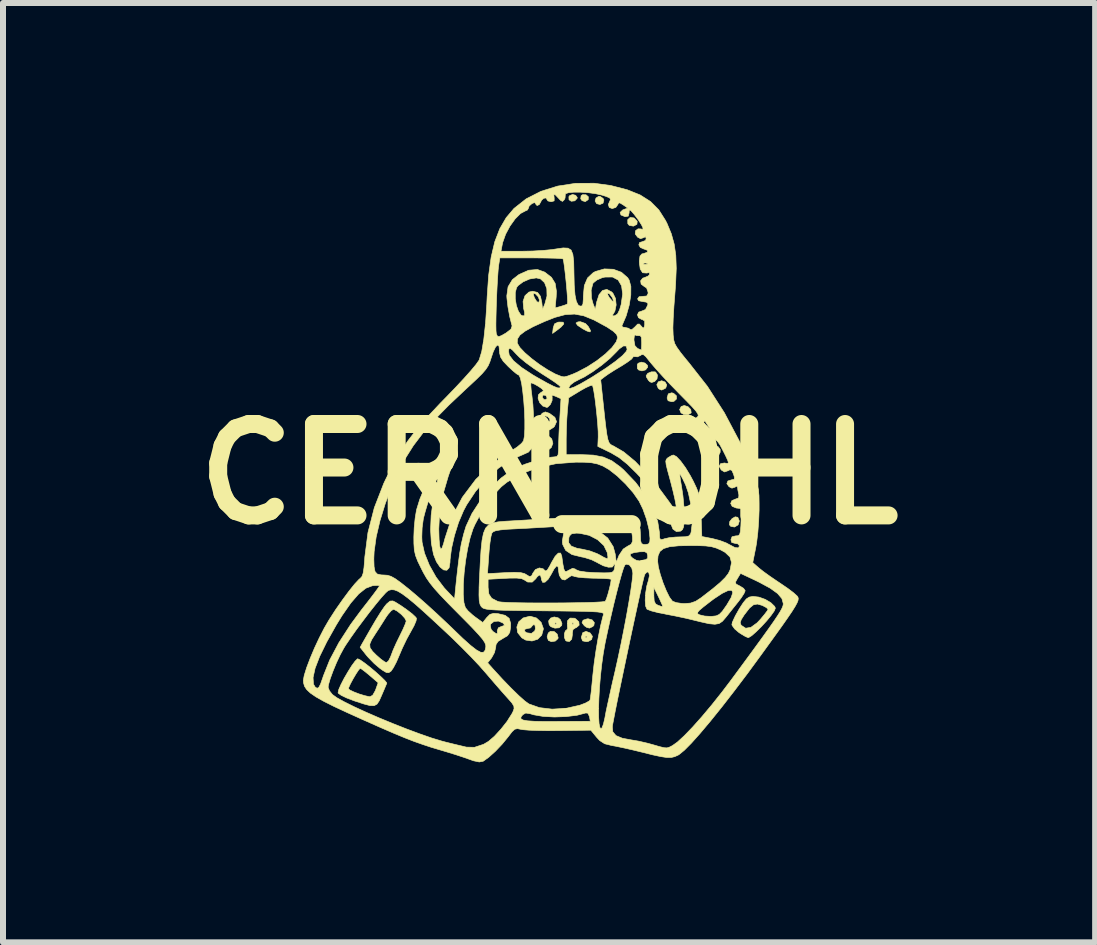
<source format=kicad_pcb>
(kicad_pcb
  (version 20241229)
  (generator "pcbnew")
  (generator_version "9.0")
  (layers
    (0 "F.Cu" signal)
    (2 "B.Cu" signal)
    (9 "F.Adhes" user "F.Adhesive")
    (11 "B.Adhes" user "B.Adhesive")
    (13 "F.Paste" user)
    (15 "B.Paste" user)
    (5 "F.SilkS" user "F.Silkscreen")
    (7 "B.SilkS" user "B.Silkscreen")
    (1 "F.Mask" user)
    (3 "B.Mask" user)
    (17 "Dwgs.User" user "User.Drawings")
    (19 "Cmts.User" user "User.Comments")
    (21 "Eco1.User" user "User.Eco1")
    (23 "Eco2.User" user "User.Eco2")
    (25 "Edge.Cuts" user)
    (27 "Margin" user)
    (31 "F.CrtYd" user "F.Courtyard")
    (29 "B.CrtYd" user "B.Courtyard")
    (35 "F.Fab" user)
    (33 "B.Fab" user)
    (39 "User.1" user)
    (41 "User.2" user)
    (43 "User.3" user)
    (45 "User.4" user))
  (footprint "CERN_OHL"
    (layer "F.Cu")
    (at 6.103 4.853)
    (property "Reference" "CERN_OHL" (at 0 0 0) (layer "F.SilkS") (effects (font (size 1.524 1.524) (thickness 0.3))))
    (attr through_hole)
    (fp_poly (pts (xy 0.616 -4.656) (xy 0.655 -4.623) (xy 0.653 -4.575) (xy 0.604 -4.542) (xy 0.55 -4.558) (xy 0.528 -4.589) (xy 0.535 -4.641) (xy 0.558 -4.657) (xy 0.616 -4.656)) (stroke (width 0.01) (type solid)) (fill yes) (layer "F.SilkS"))
    (fp_poly (pts (xy 0.236 -2.532) (xy 0.247 -2.504) (xy 0.201 -2.452) (xy 0.156 -2.416) (xy 0.059 -2.344) (xy 0.069 -2.434) (xy 0.091 -2.503) (xy 0.147 -2.531) (xy 0.167 -2.534) (xy 0.236 -2.532)) (stroke (width 0.01) (type solid)) (fill yes) (layer "F.SilkS"))
    (fp_poly (pts (xy 0.444 -4.647) (xy 0.47 -4.611) (xy 0.468 -4.596) (xy 0.429 -4.555) (xy 0.371 -4.548) (xy 0.333 -4.573) (xy 0.331 -4.624) (xy 0.344 -4.642) (xy 0.393 -4.661) (xy 0.444 -4.647)) (stroke (width 0.01) (type solid)) (fill yes) (layer "F.SilkS"))
    (fp_poly (pts (xy 0.849 -4.63) (xy 0.901 -4.595) (xy 0.914 -4.568) (xy 0.9 -4.516) (xy 0.849 -4.494) (xy 0.794 -4.508) (xy 0.768 -4.552) (xy 0.783 -4.602) (xy 0.828 -4.63) (xy 0.849 -4.63)) (stroke (width 0.01) (type solid)) (fill yes) (layer "F.SilkS"))
    (fp_poly (pts (xy 2.077 -1.346) (xy 2.124 -1.304) (xy 2.124 -1.251) (xy 2.083 -1.213) (xy 2.048 -1.206) (xy 1.985 -1.222) (xy 1.968 -1.268) (xy 1.988 -1.337) (xy 2.045 -1.355) (xy 2.077 -1.346)) (stroke (width 0.01) (type solid)) (fill yes) (layer "F.SilkS"))
    (fp_poly (pts (xy 2.853 -0.411) (xy 2.853 -0.363) (xy 2.821 -0.304) (xy 2.768 -0.301) (xy 2.737 -0.323) (xy 2.701 -0.388) (xy 2.722 -0.441) (xy 2.752 -0.458) (xy 2.817 -0.458) (xy 2.853 -0.411)) (stroke (width 0.01) (type solid)) (fill yes) (layer "F.SilkS"))
    (fp_poly (pts (xy 0.085 2.625) (xy 0.136 2.668) (xy 0.152 2.729) (xy 0.148 2.744) (xy 0.105 2.784) (xy 0.038 2.794) (xy -0.011 2.773) (xy -0.032 2.714) (xy -0.013 2.65) (xy 0.022 2.622) (xy 0.085 2.625)) (stroke (width 0.01) (type solid)) (fill yes) (layer "F.SilkS"))
    (fp_poly (pts (xy 0.607 -2.51) (xy 0.654 -2.46) (xy 0.691 -2.393) (xy 0.685 -2.369) (xy 0.633 -2.384) (xy 0.563 -2.421) (xy 0.476 -2.479) (xy 0.449 -2.518) (xy 0.482 -2.537) (xy 0.523 -2.54) (xy 0.607 -2.51)) (stroke (width 0.01) (type solid)) (fill yes) (layer "F.SilkS"))
    (fp_poly (pts (xy 1.415 -4.27) (xy 1.422 -4.266) (xy 1.47 -4.213) (xy 1.465 -4.163) (xy 1.407 -4.133) (xy 1.405 -4.133) (xy 1.337 -4.146) (xy 1.313 -4.175) (xy 1.312 -4.241) (xy 1.353 -4.278) (xy 1.415 -4.27)) (stroke (width 0.01) (type solid)) (fill yes) (layer "F.SilkS"))
    (fp_poly (pts (xy 1.599 -1.851) (xy 1.641 -1.813) (xy 1.645 -1.783) (xy 1.61 -1.737) (xy 1.549 -1.72) (xy 1.492 -1.736) (xy 1.472 -1.762) (xy 1.471 -1.823) (xy 1.485 -1.847) (xy 1.538 -1.866) (xy 1.599 -1.851)) (stroke (width 0.01) (type solid)) (fill yes) (layer "F.SilkS"))
    (fp_poly (pts (xy 1.935 -1.534) (xy 1.962 -1.486) (xy 1.946 -1.436) (xy 1.933 -1.426) (xy 1.877 -1.4) (xy 1.835 -1.417) (xy 1.819 -1.433) (xy 1.796 -1.489) (xy 1.822 -1.538) (xy 1.878 -1.556) (xy 1.935 -1.534)) (stroke (width 0.01) (type solid)) (fill yes) (layer "F.SilkS"))
    (fp_poly (pts (xy 2.317 -1.123) (xy 2.362 -1.076) (xy 2.37 -1.025) (xy 2.366 -1.017) (xy 2.316 -0.988) (xy 2.246 -0.993) (xy 2.2 -1.02) (xy 2.177 -1.076) (xy 2.203 -1.126) (xy 2.254 -1.143) (xy 2.317 -1.123)) (stroke (width 0.01) (type solid)) (fill yes) (layer "F.SilkS"))
    (fp_poly (pts (xy 3.147 0.721) (xy 3.173 0.783) (xy 3.152 0.847) (xy 3.094 0.882) (xy 3.091 0.883) (xy 3.03 0.872) (xy 3.007 0.846) (xy 3.012 0.793) (xy 3.051 0.743) (xy 3.103 0.713) (xy 3.147 0.721)) (stroke (width 0.01) (type solid)) (fill yes) (layer "F.SilkS"))
    (fp_poly (pts (xy 0.72 2.432) (xy 0.755 2.476) (xy 0.747 2.525) (xy 0.727 2.543) (xy 0.675 2.568) (xy 0.631 2.558) (xy 0.589 2.529) (xy 0.55 2.478) (xy 0.568 2.436) (xy 0.635 2.414) (xy 0.654 2.413) (xy 0.72 2.432)) (stroke (width 0.01) (type solid)) (fill yes) (layer "F.SilkS"))
    (fp_poly (pts (xy 1.778 -1.699) (xy 1.808 -1.65) (xy 1.8 -1.586) (xy 1.76 -1.543) (xy 1.76 -1.543) (xy 1.711 -1.527) (xy 1.683 -1.537) (xy 1.657 -1.562) (xy 1.624 -1.617) (xy 1.619 -1.639) (xy 1.646 -1.679) (xy 1.705 -1.704) (xy 1.766 -1.704) (xy 1.778 -1.699)) (stroke (width 0.01) (type solid)) (fill yes) (layer "F.SilkS"))
    (fp_poly (pts (xy 0.685 2.649) (xy 0.723 2.704) (xy 0.71 2.758) (xy 0.652 2.791) (xy 0.62 2.794) (xy 0.559 2.781) (xy 0.54 2.731) (xy 0.54 2.718) (xy 0.541 2.715) (xy 0.603 2.715) (xy 0.619 2.731) (xy 0.635 2.715) (xy 0.619 2.699) (xy 0.603 2.715) (xy 0.541 2.715) (xy 0.561 2.646) (xy 0.616 2.622) (xy 0.685 2.649)) (stroke (width 0.01) (type solid)) (fill yes) (layer "F.SilkS"))
    (fp_poly (pts (xy 0.153 2.397) (xy 0.19 2.428) (xy 0.215 2.491) (xy 0.211 2.524) (xy 0.167 2.563) (xy 0.098 2.569) (xy 0.031 2.545) (xy 0.003 2.513) (xy -0.001 2.492) (xy 0.095 2.492) (xy 0.111 2.508) (xy 0.127 2.492) (xy 0.111 2.477) (xy 0.095 2.492) (xy -0.001 2.492) (xy -0.007 2.448) (xy 0.027 2.401) (xy 0.086 2.382) (xy 0.153 2.397)) (stroke (width 0.01) (type solid)) (fill yes) (layer "F.SilkS"))
    (fp_poly (pts (xy -0.041 -0.652) (xy -0.018 -0.642) (xy 0.045 -0.586) (xy 0.064 -0.512) (xy 0.037 -0.442) (xy 0.002 -0.414) (xy -0.055 -0.386) (xy -0.088 -0.39) (xy -0.121 -0.419) (xy -0.154 -0.491) (xy -0.152 -0.54) (xy -0.064 -0.54) (xy -0.052 -0.514) (xy -0.042 -0.519) (xy -0.039 -0.556) (xy -0.042 -0.561) (xy -0.061 -0.557) (xy -0.064 -0.54) (xy -0.152 -0.54) (xy -0.15 -0.582) (xy -0.129 -0.633) (xy -0.095 -0.662) (xy -0.041 -0.652)) (stroke (width 0.01) (type solid)) (fill yes) (layer "F.SilkS"))
    (fp_poly (pts (xy 0.006 -1.013) (xy 0.006 -1.013) (xy 0.097 -0.946) (xy 0.125 -0.873) (xy 0.091 -0.796) (xy 0.077 -0.78) (xy 0.008 -0.736) (xy -0.068 -0.746) (xy -0.103 -0.765) (xy -0.146 -0.821) (xy -0.157 -0.904) (xy -0.153 -0.923) (xy -0.079 -0.923) (xy -0.058 -0.874) (xy -0.03 -0.857) (xy 0.01 -0.88) (xy 0.014 -0.885) (xy 0.009 -0.923) (xy -0.026 -0.959) (xy -0.064 -0.97) (xy -0.072 -0.965) (xy -0.079 -0.923) (xy -0.153 -0.923) (xy -0.138 -0.983) (xy -0.113 -1.014) (xy -0.062 -1.036) (xy 0.006 -1.013)) (stroke (width 0.01) (type solid)) (fill yes) (layer "F.SilkS"))
    (fp_poly (pts (xy 0.423 2.403) (xy 0.442 2.412) (xy 0.497 2.463) (xy 0.502 2.519) (xy 0.456 2.559) (xy 0.445 2.562) (xy 0.399 2.592) (xy 0.388 2.657) (xy 0.389 2.677) (xy 0.378 2.752) (xy 0.339 2.792) (xy 0.289 2.784) (xy 0.276 2.774) (xy 0.257 2.726) (xy 0.256 2.663) (xy 0.272 2.614) (xy 0.289 2.603) (xy 0.31 2.578) (xy 0.305 2.528) (xy 0.306 2.492) (xy 0.381 2.492) (xy 0.397 2.508) (xy 0.413 2.492) (xy 0.397 2.477) (xy 0.381 2.492) (xy 0.306 2.492) (xy 0.307 2.447) (xy 0.351 2.401) (xy 0.423 2.403)) (stroke (width 0.01) (type solid)) (fill yes) (layer "F.SilkS"))
    (fp_poly (pts (xy -0.21 2.399) (xy -0.132 2.472) (xy -0.096 2.571) (xy -0.095 2.585) (xy -0.122 2.685) (xy -0.19 2.754) (xy -0.284 2.783) (xy -0.388 2.768) (xy -0.453 2.731) (xy -0.522 2.645) (xy -0.526 2.621) (xy -0.407 2.621) (xy -0.373 2.646) (xy -0.292 2.657) (xy -0.239 2.616) (xy -0.228 2.579) (xy -0.233 2.524) (xy -0.252 2.508) (xy -0.284 2.531) (xy -0.286 2.54) (xy -0.312 2.566) (xy -0.349 2.572) (xy -0.403 2.587) (xy -0.407 2.621) (xy -0.526 2.621) (xy -0.537 2.551) (xy -0.506 2.464) (xy -0.432 2.399) (xy -0.323 2.371) (xy -0.312 2.371) (xy -0.21 2.399)) (stroke (width 0.01) (type solid)) (fill yes) (layer "F.SilkS"))
    (fp_poly (pts (xy 3.498 2.051) (xy 3.604 2.089) (xy 3.698 2.145) (xy 3.761 2.206) (xy 3.773 2.235) (xy 3.756 2.28) (xy 3.704 2.354) (xy 3.629 2.446) (xy 3.542 2.541) (xy 3.454 2.628) (xy 3.379 2.694) (xy 3.327 2.726) (xy 3.319 2.727) (xy 3.275 2.709) (xy 3.201 2.665) (xy 3.167 2.643) (xy 3.095 2.582) (xy 3.053 2.524) (xy 3.048 2.506) (xy 3.056 2.478) (xy 3.187 2.478) (xy 3.201 2.517) (xy 3.206 2.523) (xy 3.278 2.57) (xy 3.365 2.556) (xy 3.469 2.48) (xy 3.522 2.424) (xy 3.59 2.343) (xy 3.637 2.281) (xy 3.651 2.254) (xy 3.625 2.227) (xy 3.561 2.193) (xy 3.552 2.189) (xy 3.474 2.167) (xy 3.409 2.179) (xy 3.343 2.233) (xy 3.263 2.336) (xy 3.257 2.343) (xy 3.204 2.426) (xy 3.187 2.478) (xy 3.056 2.478) (xy 3.064 2.453) (xy 3.105 2.365) (xy 3.164 2.26) (xy 3.17 2.249) (xy 3.238 2.144) (xy 3.289 2.082) (xy 3.337 2.051) (xy 3.397 2.04) (xy 3.401 2.04) (xy 3.498 2.051)) (stroke (width 0.01) (type solid)) (fill yes) (layer "F.SilkS"))
    (fp_poly (pts (xy -3.148 3.099) (xy -3.076 3.149) (xy -2.987 3.218) (xy -2.893 3.297) (xy -2.806 3.375) (xy -2.739 3.44) (xy -2.706 3.481) (xy -2.705 3.488) (xy -2.722 3.527) (xy -2.755 3.606) (xy -2.792 3.692) (xy -2.831 3.78) (xy -2.868 3.835) (xy -2.915 3.861) (xy -2.984 3.86) (xy -3.087 3.833) (xy -3.237 3.784) (xy -3.254 3.778) (xy -3.375 3.732) (xy -3.466 3.688) (xy -3.514 3.653) (xy -3.517 3.646) (xy -3.507 3.596) (xy -3.499 3.578) (xy -3.346 3.578) (xy -3.321 3.6) (xy -3.254 3.632) (xy -3.165 3.666) (xy -3.073 3.694) (xy -2.997 3.711) (xy -2.983 3.712) (xy -2.939 3.686) (xy -2.897 3.612) (xy -2.891 3.597) (xy -2.849 3.479) (xy -2.988 3.359) (xy -3.067 3.294) (xy -3.126 3.25) (xy -3.149 3.239) (xy -3.173 3.264) (xy -3.215 3.327) (xy -3.264 3.409) (xy -3.309 3.492) (xy -3.339 3.557) (xy -3.346 3.578) (xy -3.499 3.578) (xy -3.47 3.511) (xy -3.416 3.406) (xy -3.352 3.296) (xy -3.289 3.195) (xy -3.233 3.119) (xy -3.194 3.081) (xy -3.188 3.08) (xy -3.148 3.099)) (stroke (width 0.01) (type solid)) (fill yes) (layer "F.SilkS"))
    (fp_poly (pts (xy -2.564 2.134) (xy -2.468 2.194) (xy -2.368 2.264) (xy -2.281 2.331) (xy -2.224 2.385) (xy -2.21 2.404) (xy -2.217 2.449) (xy -2.251 2.529) (xy -2.302 2.622) (xy -2.373 2.751) (xy -2.446 2.903) (xy -2.496 3.02) (xy -2.545 3.134) (xy -2.595 3.229) (xy -2.633 3.284) (xy -2.635 3.286) (xy -2.672 3.311) (xy -2.713 3.308) (xy -2.775 3.271) (xy -2.815 3.243) (xy -2.914 3.159) (xy -3.013 3.057) (xy -3.045 3.02) (xy -3.149 2.888) (xy -3.12 2.836) (xy -2.989 2.836) (xy -2.984 2.895) (xy -2.942 2.956) (xy -2.882 3.016) (xy -2.804 3.085) (xy -2.739 3.131) (xy -2.711 3.143) (xy -2.677 3.116) (xy -2.642 3.048) (xy -2.633 3.024) (xy -2.599 2.934) (xy -2.546 2.815) (xy -2.488 2.697) (xy -2.436 2.59) (xy -2.398 2.502) (xy -2.381 2.452) (xy -2.381 2.449) (xy -2.405 2.402) (xy -2.461 2.341) (xy -2.529 2.286) (xy -2.587 2.256) (xy -2.595 2.255) (xy -2.633 2.28) (xy -2.687 2.343) (xy -2.719 2.389) (xy -2.791 2.503) (xy -2.867 2.621) (xy -2.887 2.651) (xy -2.957 2.761) (xy -2.989 2.836) (xy -3.12 2.836) (xy -2.964 2.563) (xy -2.884 2.427) (xy -2.808 2.305) (xy -2.745 2.212) (xy -2.708 2.166) (xy -2.651 2.118) (xy -2.604 2.115) (xy -2.564 2.134)) (stroke (width 0.01) (type solid)) (fill yes) (layer "F.SilkS"))
    (fp_poly (pts (xy 1.031 -4.81) (xy 1.302 -4.74) (xy 1.519 -4.653) (xy 1.692 -4.543) (xy 1.83 -4.404) (xy 1.941 -4.229) (xy 1.967 -4.178) (xy 2.038 -4.007) (xy 2.086 -3.835) (xy 2.113 -3.647) (xy 2.121 -3.43) (xy 2.11 -3.17) (xy 2.102 -3.056) (xy 2.082 -2.798) (xy 2.07 -2.594) (xy 2.065 -2.437) (xy 2.069 -2.319) (xy 2.079 -2.233) (xy 2.096 -2.174) (xy 2.13 -2.114) (xy 2.196 -2.022) (xy 2.283 -1.914) (xy 2.333 -1.854) (xy 2.639 -1.464) (xy 2.923 -1.022) (xy 3.179 -0.538) (xy 3.372 -0.096) (xy 3.429 0.051) (xy 3.467 0.162) (xy 3.489 0.257) (xy 3.5 0.358) (xy 3.502 0.487) (xy 3.502 0.603) (xy 3.495 0.783) (xy 3.481 0.97) (xy 3.461 1.139) (xy 3.447 1.222) (xy 3.396 1.476) (xy 3.5 1.567) (xy 3.573 1.625) (xy 3.681 1.703) (xy 3.807 1.789) (xy 3.867 1.829) (xy 3.981 1.907) (xy 4.075 1.978) (xy 4.135 2.032) (xy 4.149 2.051) (xy 4.155 2.075) (xy 4.151 2.106) (xy 4.135 2.147) (xy 4.103 2.206) (xy 4.052 2.288) (xy 3.978 2.397) (xy 3.878 2.54) (xy 3.747 2.722) (xy 3.583 2.949) (xy 3.546 3) (xy 3.311 3.321) (xy 3.087 3.617) (xy 2.878 3.886) (xy 2.687 4.123) (xy 2.517 4.325) (xy 2.372 4.487) (xy 2.255 4.605) (xy 2.169 4.675) (xy 2.153 4.685) (xy 2.095 4.711) (xy 2.036 4.725) (xy 1.962 4.725) (xy 1.862 4.71) (xy 1.723 4.68) (xy 1.556 4.638) (xy 1.395 4.599) (xy 1.24 4.564) (xy 1.111 4.537) (xy 1.039 4.524) (xy 0.927 4.496) (xy 0.844 4.442) (xy 0.792 4.386) (xy 0.697 4.27) (xy 0.166 4.277) (xy -0.019 4.278) (xy -0.189 4.275) (xy -0.331 4.27) (xy -0.431 4.262) (xy -0.468 4.256) (xy -0.527 4.244) (xy -0.572 4.254) (xy -0.618 4.297) (xy -0.682 4.381) (xy -0.781 4.502) (xy -0.894 4.621) (xy -1.005 4.721) (xy -1.097 4.787) (xy -1.101 4.788) (xy -1.163 4.8) (xy -1.259 4.78) (xy -1.318 4.759) (xy -1.417 4.724) (xy -1.556 4.678) (xy -1.712 4.63) (xy -1.806 4.602) (xy -1.961 4.556) (xy -2.106 4.508) (xy -2.253 4.456) (xy -2.412 4.394) (xy -2.595 4.318) (xy -2.812 4.224) (xy -3.075 4.107) (xy -3.096 4.098) (xy -3.368 3.975) (xy -3.587 3.873) (xy -3.758 3.787) (xy -3.887 3.714) (xy -3.98 3.65) (xy -4.041 3.592) (xy -4.077 3.537) (xy -4.093 3.479) (xy -4.096 3.44) (xy -4.088 3.393) (xy -3.934 3.393) (xy -3.927 3.503) (xy -3.899 3.55) (xy -3.867 3.571) (xy -3.839 3.558) (xy -3.837 3.554) (xy -3.683 3.554) (xy -3.661 3.613) (xy -3.611 3.676) (xy -3.537 3.729) (xy -3.412 3.798) (xy -3.247 3.88) (xy -3.051 3.97) (xy -2.835 4.064) (xy -2.607 4.158) (xy -2.379 4.248) (xy -2.159 4.33) (xy -1.958 4.4) (xy -1.786 4.452) (xy -1.714 4.471) (xy -1.584 4.503) (xy -1.471 4.53) (xy -1.395 4.548) (xy -1.381 4.552) (xy -1.242 4.555) (xy -1.091 4.505) (xy -1.01 4.457) (xy -0.911 4.372) (xy -0.801 4.252) (xy -0.697 4.12) (xy -0.672 4.079) (xy -0.469 4.079) (xy -0.434 4.1) (xy -0.358 4.114) (xy -0.235 4.122) (xy -0.059 4.125) (xy 0.124 4.124) (xy 0.688 4.121) (xy 0.674 4.043) (xy 0.647 3.986) (xy 0.612 3.983) (xy 0.467 4.021) (xy 0.286 4.043) (xy 0.09 4.05) (xy -0.098 4.04) (xy -0.257 4.013) (xy -0.313 3.996) (xy -0.389 3.984) (xy -0.438 4.012) (xy -0.468 4.05) (xy -0.469 4.079) (xy -0.672 4.079) (xy -0.619 3.996) (xy -0.601 3.961) (xy -0.583 3.911) (xy -0.587 3.867) (xy -0.621 3.813) (xy -0.692 3.733) (xy -0.702 3.722) (xy -0.784 3.63) (xy -0.89 3.508) (xy -1.003 3.377) (xy -1.062 3.308) (xy -1.166 3.19) (xy -1.302 3.046) (xy -1.456 2.89) (xy -1.61 2.739) (xy -1.665 2.687) (xy -1.892 2.475) (xy -2.078 2.304) (xy -2.229 2.17) (xy -2.35 2.07) (xy -2.445 1.999) (xy -2.519 1.954) (xy -2.579 1.931) (xy -2.627 1.927) (xy -2.671 1.938) (xy -2.681 1.942) (xy -2.722 1.978) (xy -2.793 2.056) (xy -2.884 2.166) (xy -2.989 2.298) (xy -3.099 2.443) (xy -3.208 2.589) (xy -3.307 2.729) (xy -3.389 2.85) (xy -3.423 2.905) (xy -3.482 3.014) (xy -3.544 3.146) (xy -3.601 3.284) (xy -3.648 3.412) (xy -3.677 3.512) (xy -3.683 3.554) (xy -3.837 3.554) (xy -3.809 3.501) (xy -3.771 3.393) (xy -3.762 3.365) (xy -3.657 3.101) (xy -3.504 2.812) (xy -3.307 2.507) (xy -3.128 2.265) (xy -3.024 2.132) (xy -2.935 2.016) (xy -2.869 1.927) (xy -2.832 1.873) (xy -2.826 1.863) (xy -2.853 1.856) (xy -2.922 1.859) (xy -2.945 1.862) (xy -3.054 1.903) (xy -3.173 1.998) (xy -3.305 2.15) (xy -3.451 2.36) (xy -3.547 2.516) (xy -3.706 2.799) (xy -3.824 3.04) (xy -3.9 3.238) (xy -3.934 3.393) (xy -4.088 3.393) (xy -4.081 3.356) (xy -4.042 3.23) (xy -3.983 3.074) (xy -3.911 2.903) (xy -3.83 2.73) (xy -3.747 2.568) (xy -3.669 2.434) (xy -3.557 2.26) (xy -3.442 2.096) (xy -3.334 1.95) (xy -3.24 1.833) (xy -3.168 1.756) (xy -3.147 1.739) (xy -3.119 1.708) (xy -3.099 1.652) (xy -3.085 1.561) (xy -3.073 1.42) (xy -3.073 1.413) (xy -2.921 1.413) (xy -2.917 1.544) (xy -2.901 1.625) (xy -2.865 1.666) (xy -2.801 1.681) (xy -2.754 1.683) (xy -2.694 1.687) (xy -2.635 1.705) (xy -2.566 1.743) (xy -2.475 1.808) (xy -2.35 1.907) (xy -2.323 1.929) (xy -2.194 2.038) (xy -2.036 2.177) (xy -1.865 2.333) (xy -1.696 2.492) (xy -1.605 2.579) (xy -1.437 2.741) (xy -1.306 2.858) (xy -1.208 2.934) (xy -1.139 2.971) (xy -1.093 2.971) (xy -1.066 2.938) (xy -1.054 2.882) (xy -1.056 2.848) (xy -1.073 2.806) (xy -1.111 2.75) (xy -1.175 2.675) (xy -1.27 2.573) (xy -1.319 2.522) (xy -0.979 2.522) (xy -0.966 2.588) (xy -0.934 2.625) (xy -0.879 2.661) (xy -0.86 2.655) (xy -0.864 2.614) (xy -0.845 2.563) (xy -0.797 2.542) (xy -0.746 2.524) (xy -0.752 2.5) (xy -0.772 2.481) (xy -0.844 2.451) (xy -0.919 2.458) (xy -0.971 2.499) (xy -0.979 2.522) (xy -1.319 2.522) (xy -1.402 2.438) (xy -1.52 2.319) (xy -1.686 2.151) (xy -1.814 2.017) (xy -1.911 1.909) (xy -1.985 1.817) (xy -2.044 1.732) (xy -2.095 1.643) (xy -2.125 1.584) (xy -2.188 1.455) (xy -2.226 1.357) (xy -2.246 1.266) (xy -2.253 1.157) (xy -2.254 1.051) (xy -2.121 1.051) (xy -2.117 1.135) (xy -2.076 1.319) (xy -1.995 1.52) (xy -1.883 1.719) (xy -1.751 1.893) (xy -1.726 1.921) (xy -1.575 2.08) (xy -1.568 2.008) (xy -1.43 2.008) (xy -1.419 2.143) (xy -1.395 2.226) (xy -1.35 2.281) (xy -1.274 2.35) (xy -1.233 2.382) (xy -1.104 2.475) (xy -1.039 2.393) (xy -0.985 2.339) (xy -0.923 2.322) (xy -0.851 2.327) (xy -0.732 2.355) (xy -0.665 2.405) (xy -0.64 2.488) (xy -0.641 2.553) (xy -0.655 2.641) (xy -0.692 2.695) (xy -0.77 2.741) (xy -0.85 2.79) (xy -0.884 2.843) (xy -0.889 2.888) (xy -0.909 2.975) (xy -0.956 3.061) (xy -0.956 3.062) (xy -1.024 3.147) (xy -0.933 3.249) (xy -0.777 3.419) (xy -0.632 3.569) (xy -0.505 3.693) (xy -0.404 3.783) (xy -0.336 3.832) (xy -0.16 3.894) (xy 0.052 3.919) (xy 0.182 3.911) (xy 0.826 3.911) (xy 0.827 4.052) (xy 0.834 4.161) (xy 0.848 4.227) (xy 0.868 4.245) (xy 0.888 4.223) (xy 0.891 4.212) (xy 1.055 4.212) (xy 1.063 4.297) (xy 1.116 4.36) (xy 1.222 4.404) (xy 1.361 4.43) (xy 1.49 4.452) (xy 1.638 4.486) (xy 1.726 4.51) (xy 1.843 4.544) (xy 1.918 4.562) (xy 1.966 4.565) (xy 2.006 4.553) (xy 2.055 4.528) (xy 2.057 4.527) (xy 2.141 4.467) (xy 2.255 4.362) (xy 2.393 4.219) (xy 2.548 4.045) (xy 2.714 3.847) (xy 2.885 3.632) (xy 3.039 3.429) (xy 3.244 3.151) (xy 3.414 2.919) (xy 3.553 2.728) (xy 3.663 2.575) (xy 3.748 2.454) (xy 3.811 2.36) (xy 3.855 2.29) (xy 3.883 2.238) (xy 3.899 2.199) (xy 3.905 2.17) (xy 3.905 2.159) (xy 3.882 2.076) (xy 3.811 1.992) (xy 3.688 1.903) (xy 3.507 1.805) (xy 3.446 1.775) (xy 3.193 1.656) (xy 3.141 1.741) (xy 3.108 1.801) (xy 3.118 1.834) (xy 3.178 1.865) (xy 3.179 1.865) (xy 3.243 1.905) (xy 3.27 1.945) (xy 3.27 1.945) (xy 3.251 1.99) (xy 3.203 2.065) (xy 3.151 2.133) (xy 3.067 2.238) (xy 2.983 2.344) (xy 2.943 2.394) (xy 2.89 2.455) (xy 2.835 2.492) (xy 2.765 2.504) (xy 2.668 2.495) (xy 2.529 2.464) (xy 2.452 2.445) (xy 2.292 2.406) (xy 2.109 2.367) (xy 1.942 2.335) (xy 1.941 2.334) (xy 1.814 2.309) (xy 1.806 2.307) (xy 2.476 2.307) (xy 2.478 2.329) (xy 2.505 2.345) (xy 2.513 2.348) (xy 2.594 2.367) (xy 2.697 2.373) (xy 2.715 2.372) (xy 2.786 2.364) (xy 2.838 2.34) (xy 2.889 2.288) (xy 2.955 2.194) (xy 2.963 2.183) (xy 3.036 2.059) (xy 3.063 1.977) (xy 3.046 1.937) (xy 2.987 1.941) (xy 2.888 1.988) (xy 2.751 2.078) (xy 2.686 2.127) (xy 2.574 2.214) (xy 2.506 2.271) (xy 2.476 2.307) (xy 1.806 2.307) (xy 1.708 2.282) (xy 1.642 2.257) (xy 1.632 2.251) (xy 1.609 2.199) (xy 1.603 2.104) (xy 1.607 2.025) (xy 1.747 2.025) (xy 1.753 2.116) (xy 1.777 2.165) (xy 1.818 2.188) (xy 1.875 2.207) (xy 1.896 2.21) (xy 1.887 2.181) (xy 1.856 2.112) (xy 1.825 2.047) (xy 1.748 1.889) (xy 1.747 2.025) (xy 1.607 2.025) (xy 1.61 1.986) (xy 1.63 1.864) (xy 1.658 1.768) (xy 1.673 1.694) (xy 1.663 1.644) (xy 1.636 1.63) (xy 1.602 1.664) (xy 1.591 1.686) (xy 1.579 1.731) (xy 1.555 1.831) (xy 1.522 1.975) (xy 1.482 2.157) (xy 1.436 2.368) (xy 1.386 2.599) (xy 1.334 2.843) (xy 1.282 3.09) (xy 1.231 3.333) (xy 1.183 3.562) (xy 1.14 3.77) (xy 1.104 3.949) (xy 1.077 4.09) (xy 1.059 4.184) (xy 1.055 4.212) (xy 0.891 4.212) (xy 0.908 4.163) (xy 0.93 4.07) (xy 0.937 4.032) (xy 0.951 3.956) (xy 0.978 3.831) (xy 1.014 3.669) (xy 1.055 3.483) (xy 1.099 3.295) (xy 1.148 3.076) (xy 1.198 2.84) (xy 1.246 2.599) (xy 1.291 2.363) (xy 1.33 2.142) (xy 1.362 1.946) (xy 1.384 1.788) (xy 1.396 1.677) (xy 1.397 1.648) (xy 1.38 1.57) (xy 1.34 1.516) (xy 1.291 1.502) (xy 1.265 1.516) (xy 1.244 1.561) (xy 1.213 1.658) (xy 1.173 1.8) (xy 1.127 1.976) (xy 1.077 2.178) (xy 1.026 2.397) (xy 0.976 2.623) (xy 0.934 2.821) (xy 0.904 2.991) (xy 0.878 3.177) (xy 0.857 3.37) (xy 0.841 3.562) (xy 0.831 3.745) (xy 0.826 3.911) (xy 0.182 3.911) (xy 0.281 3.906) (xy 0.512 3.854) (xy 0.518 3.852) (xy 0.609 3.817) (xy 0.67 3.783) (xy 0.684 3.767) (xy 0.691 3.723) (xy 0.703 3.629) (xy 0.716 3.499) (xy 0.73 3.352) (xy 0.752 3.155) (xy 0.783 2.941) (xy 0.819 2.728) (xy 0.858 2.535) (xy 0.896 2.381) (xy 0.907 2.344) (xy 0.908 2.329) (xy 0.896 2.316) (xy 0.865 2.307) (xy 0.809 2.299) (xy 0.721 2.294) (xy 0.595 2.289) (xy 0.424 2.286) (xy 0.203 2.283) (xy -0.075 2.28) (xy -0.08 2.28) (xy -0.36 2.277) (xy -0.582 2.274) (xy -0.755 2.271) (xy -0.885 2.266) (xy -0.979 2.26) (xy -1.043 2.252) (xy -1.084 2.242) (xy -1.11 2.229) (xy -1.127 2.212) (xy -1.132 2.207) (xy -1.152 2.168) (xy -1.164 2.108) (xy -1.168 2.017) (xy -1.166 1.882) (xy -1.161 1.754) (xy -1.016 1.754) (xy -1.016 1.889) (xy -1.003 2) (xy -0.956 2.071) (xy -0.861 2.12) (xy -0.835 2.129) (xy -0.783 2.135) (xy -0.68 2.141) (xy -0.535 2.145) (xy -0.361 2.148) (xy -0.165 2.149) (xy 0.04 2.149) (xy 0.247 2.148) (xy 0.443 2.145) (xy 0.62 2.142) (xy 0.767 2.137) (xy 0.874 2.131) (xy 0.931 2.124) (xy 0.937 2.122) (xy 0.956 2.082) (xy 0.981 2.005) (xy 1.006 1.913) (xy 1.026 1.826) (xy 1.035 1.766) (xy 1.033 1.753) (xy 0.998 1.747) (xy 0.914 1.741) (xy 0.796 1.737) (xy 0.725 1.736) (xy 0.593 1.73) (xy 0.487 1.72) (xy 0.42 1.707) (xy 0.407 1.7) (xy 0.37 1.695) (xy 0.32 1.728) (xy 0.265 1.766) (xy 0.221 1.757) (xy 0.207 1.747) (xy 0.171 1.687) (xy 0.159 1.615) (xy 0.15 1.543) (xy 0.125 1.532) (xy 0.084 1.582) (xy 0.038 1.667) (xy -0.015 1.754) (xy -0.067 1.802) (xy -0.107 1.805) (xy -0.127 1.759) (xy -0.127 1.746) (xy -0.14 1.695) (xy -0.158 1.683) (xy -0.195 1.708) (xy -0.222 1.746) (xy -0.28 1.801) (xy -0.356 1.8) (xy -0.41 1.766) (xy -0.456 1.744) (xy -0.537 1.734) (xy -0.663 1.735) (xy -0.738 1.739) (xy -1.016 1.754) (xy -1.161 1.754) (xy -1.16 1.746) (xy -1.156 1.66) (xy -1.026 1.66) (xy -0.736 1.644) (xy -0.579 1.638) (xy -0.473 1.643) (xy -0.409 1.659) (xy -0.39 1.67) (xy -0.327 1.708) (xy -0.291 1.698) (xy -0.27 1.653) (xy -0.227 1.592) (xy -0.161 1.565) (xy -0.097 1.58) (xy -0.08 1.598) (xy -0.055 1.617) (xy -0.028 1.599) (xy 0.01 1.536) (xy 0.043 1.472) (xy 0.102 1.371) (xy 0.154 1.318) (xy 0.193 1.317) (xy 0.212 1.368) (xy 0.231 1.502) (xy 0.247 1.584) (xy 0.265 1.621) (xy 0.291 1.624) (xy 0.329 1.603) (xy 0.331 1.602) (xy 0.393 1.571) (xy 0.436 1.583) (xy 0.449 1.594) (xy 0.506 1.617) (xy 0.619 1.634) (xy 0.778 1.644) (xy 0.782 1.644) (xy 0.919 1.647) (xy 1.005 1.645) (xy 1.054 1.635) (xy 1.078 1.614) (xy 1.09 1.582) (xy 1.099 1.521) (xy 1.094 1.496) (xy 1.081 1.506) (xy 1.079 1.519) (xy 1.055 1.55) (xy 0.991 1.553) (xy 0.905 1.529) (xy 0.814 1.482) (xy 0.811 1.479) (xy 0.708 1.428) (xy 0.584 1.389) (xy 0.54 1.381) (xy 0.382 1.342) (xy 0.278 1.273) (xy 0.228 1.174) (xy 0.225 1.146) (xy 0.328 1.146) (xy 0.372 1.202) (xy 0.469 1.238) (xy 0.551 1.252) (xy 0.677 1.28) (xy 0.8 1.326) (xy 0.843 1.348) (xy 0.919 1.391) (xy 0.97 1.412) (xy 0.979 1.413) (xy 0.981 1.377) (xy 0.97 1.308) (xy 0.914 1.192) (xy 0.809 1.094) (xy 0.67 1.022) (xy 0.51 0.987) (xy 0.456 0.984) (xy 0.379 0.994) (xy 0.341 1.031) (xy 0.33 1.064) (xy 0.328 1.146) (xy 0.225 1.146) (xy 0.222 1.115) (xy 0.244 0.985) (xy 0.31 0.899) (xy 0.343 0.88) (xy 0.629 0.88) (xy 0.656 0.888) (xy 0.839 0.958) (xy 0.979 1.067) (xy 1.07 1.211) (xy 1.103 1.333) (xy 1.121 1.47) (xy 1.13 1.448) (xy 1.81 1.448) (xy 1.822 1.546) (xy 1.855 1.674) (xy 1.901 1.813) (xy 1.955 1.946) (xy 2.008 2.053) (xy 2.056 2.117) (xy 2.058 2.119) (xy 2.119 2.143) (xy 2.213 2.157) (xy 2.258 2.159) (xy 2.359 2.151) (xy 2.445 2.121) (xy 2.543 2.057) (xy 2.561 2.042) (xy 2.729 1.912) (xy 2.852 1.809) (xy 2.936 1.726) (xy 2.989 1.658) (xy 3.019 1.595) (xy 3.042 1.474) (xy 3.016 1.382) (xy 2.936 1.306) (xy 2.866 1.267) (xy 2.787 1.233) (xy 2.709 1.211) (xy 2.612 1.198) (xy 2.48 1.193) (xy 2.365 1.192) (xy 2.161 1.196) (xy 2.012 1.211) (xy 1.91 1.242) (xy 1.848 1.291) (xy 1.817 1.363) (xy 1.81 1.448) (xy 1.13 1.448) (xy 1.166 1.357) (xy 1.182 1.333) (xy 1.355 1.333) (xy 1.356 1.365) (xy 1.396 1.404) (xy 1.454 1.437) (xy 1.508 1.448) (xy 1.518 1.445) (xy 1.59 1.43) (xy 1.608 1.429) (xy 1.644 1.404) (xy 1.645 1.357) (xy 1.631 1.312) (xy 1.592 1.294) (xy 1.51 1.296) (xy 1.508 1.297) (xy 1.421 1.309) (xy 1.362 1.328) (xy 1.355 1.333) (xy 1.182 1.333) (xy 1.236 1.251) (xy 1.306 1.205) (xy 1.369 1.17) (xy 1.392 1.121) (xy 1.391 1.051) (xy 1.381 0.983) (xy 1.355 0.943) (xy 1.295 0.918) (xy 1.222 0.9) (xy 1.11 0.882) (xy 0.964 0.869) (xy 0.817 0.864) (xy 0.81 0.864) (xy 0.69 0.865) (xy 0.631 0.871) (xy 0.629 0.88) (xy 0.343 0.88) (xy 0.349 0.876) (xy 0.343 0.869) (xy 0.285 0.867) (xy 0.186 0.871) (xy 0.143 0.874) (xy 0.007 0.882) (xy -0.169 0.892) (xy -0.36 0.903) (xy -0.517 0.911) (xy -0.69 0.92) (xy -0.809 0.931) (xy -0.886 0.944) (xy -0.93 0.961) (xy -0.953 0.985) (xy -0.953 0.985) (xy -0.968 1.04) (xy -0.984 1.14) (xy -0.998 1.271) (xy -1.004 1.35) (xy -1.026 1.66) (xy -1.156 1.66) (xy -1.147 1.478) (xy -1.134 1.267) (xy -1.117 1.105) (xy -1.093 0.986) (xy -1.058 0.902) (xy -1.008 0.848) (xy -0.941 0.815) (xy -0.851 0.797) (xy -0.737 0.787) (xy -0.664 0.783) (xy -0.527 0.775) (xy -0.346 0.764) (xy -0.14 0.752) (xy 0.074 0.739) (xy 0.191 0.732) (xy 0.484 0.72) (xy 0.753 0.718) (xy 0.992 0.726) (xy 1.191 0.744) (xy 1.344 0.77) (xy 1.442 0.806) (xy 1.45 0.81) (xy 1.496 0.852) (xy 1.518 0.914) (xy 1.524 1.016) (xy 1.524 1.017) (xy 1.527 1.111) (xy 1.54 1.157) (xy 1.572 1.173) (xy 1.603 1.175) (xy 1.658 1.166) (xy 1.68 1.126) (xy 1.683 1.07) (xy 1.667 0.924) (xy 1.625 0.752) (xy 1.564 0.581) (xy 1.501 0.452) (xy 1.403 0.311) (xy 1.276 0.166) (xy 1.137 0.032) (xy 1 -0.075) (xy 0.9 -0.133) (xy 0.808 -0.168) (xy 0.712 -0.188) (xy 0.591 -0.197) (xy 0.445 -0.198) (xy 0.117 -0.173) (xy -0.19 -0.106) (xy -0.467 -0.002) (xy -0.702 0.136) (xy -0.795 0.211) (xy -0.908 0.332) (xy -1.029 0.492) (xy -1.143 0.669) (xy -1.235 0.841) (xy -1.268 0.915) (xy -1.316 1.064) (xy -1.357 1.244) (xy -1.391 1.442) (xy -1.415 1.644) (xy -1.429 1.837) (xy -1.43 2.008) (xy -1.568 2.008) (xy -1.55 1.826) (xy -1.532 1.658) (xy -1.51 1.47) (xy -1.49 1.32) (xy -1.463 1.165) (xy -1.424 1.003) (xy -1.384 0.871) (xy -1.285 0.658) (xy -1.146 0.443) (xy -0.981 0.242) (xy -0.801 0.068) (xy -0.619 -0.065) (xy -0.531 -0.112) (xy -0.396 -0.166) (xy -0.244 -0.216) (xy -0.095 -0.256) (xy 0.03 -0.281) (xy 0.086 -0.286) (xy 0.13 -0.292) (xy 0.151 -0.322) (xy 0.151 -0.323) (xy 0.286 -0.323) (xy 0.532 -0.324) (xy 0.739 -0.316) (xy 0.904 -0.284) (xy 1.046 -0.222) (xy 1.184 -0.122) (xy 1.246 -0.067) (xy 1.442 0.138) (xy 1.606 0.355) (xy 1.731 0.575) (xy 1.811 0.786) (xy 1.841 0.979) (xy 1.841 0.988) (xy 1.844 1.066) (xy 1.861 1.094) (xy 1.904 1.086) (xy 1.923 1.079) (xy 2.002 1.061) (xy 2.112 1.05) (xy 2.176 1.048) (xy 2.277 1.045) (xy 2.331 1.032) (xy 2.358 1.001) (xy 2.369 0.967) (xy 2.385 0.834) (xy 2.381 0.665) (xy 2.359 0.484) (xy 2.323 0.314) (xy 2.278 0.183) (xy 2.233 0.088) (xy 2.198 0.022) (xy 2.182 0) (xy 2.181 0.028) (xy 2.191 0.103) (xy 2.209 0.208) (xy 2.21 0.214) (xy 2.232 0.361) (xy 2.248 0.532) (xy 2.253 0.674) (xy 2.252 0.801) (xy 2.243 0.88) (xy 2.225 0.925) (xy 2.194 0.951) (xy 2.193 0.951) (xy 2.123 0.959) (xy 2.065 0.917) (xy 2.034 0.839) (xy 2.032 0.81) (xy 2.012 0.738) (xy 1.955 0.63) (xy 1.87 0.496) (xy 1.763 0.346) (xy 1.641 0.192) (xy 1.512 0.043) (xy 1.461 -0.012) (xy 1.306 -0.164) (xy 1.167 -0.275) (xy 1.028 -0.357) (xy 1.017 -0.362) (xy 0.813 -0.461) (xy 0.82 -0.619) (xy 0.819 -0.709) (xy 0.811 -0.833) (xy 0.798 -0.977) (xy 0.782 -1.126) (xy 0.765 -1.265) (xy 0.747 -1.38) (xy 0.731 -1.457) (xy 0.722 -1.48) (xy 0.687 -1.474) (xy 0.614 -1.441) (xy 0.519 -1.388) (xy 0.515 -1.385) (xy 0.327 -1.271) (xy 0.306 -1.056) (xy 0.296 -0.912) (xy 0.289 -0.742) (xy 0.286 -0.582) (xy 0.286 -0.323) (xy 0.151 -0.323) (xy 0.158 -0.393) (xy 0.159 -0.44) (xy 0.161 -0.539) (xy 0.166 -0.679) (xy 0.174 -0.837) (xy 0.179 -0.925) (xy 0.199 -1.256) (xy 0.117 -1.293) (xy 0.06 -1.315) (xy 0.047 -1.304) (xy 0.052 -1.287) (xy 0.051 -1.226) (xy 0.022 -1.16) (xy -0.021 -1.116) (xy -0.038 -1.111) (xy -0.104 -1.134) (xy -0.155 -1.189) (xy -0.182 -1.258) (xy -0.181 -1.28) (xy -0.114 -1.28) (xy -0.088 -1.246) (xy -0.062 -1.238) (xy -0.032 -1.26) (xy -0.032 -1.265) (xy -0.052 -1.311) (xy -0.095 -1.317) (xy -0.1 -1.315) (xy -0.114 -1.28) (xy -0.181 -1.28) (xy -0.178 -1.32) (xy -0.143 -1.354) (xy -0.101 -1.381) (xy -0.095 -1.394) (xy -0.119 -1.422) (xy -0.175 -1.461) (xy -0.24 -1.498) (xy -0.29 -1.519) (xy -0.302 -1.518) (xy -0.304 -1.483) (xy -0.298 -1.403) (xy -0.285 -1.301) (xy -0.269 -1.157) (xy -0.26 -0.993) (xy -0.256 -0.823) (xy -0.258 -0.665) (xy -0.265 -0.534) (xy -0.279 -0.447) (xy -0.283 -0.437) (xy -0.343 -0.366) (xy -0.436 -0.324) (xy -0.637 -0.236) (xy -0.843 -0.098) (xy -1.042 0.08) (xy -1.223 0.286) (xy -1.373 0.512) (xy -1.426 0.612) (xy -1.509 0.808) (xy -1.577 1.025) (xy -1.626 1.239) (xy -1.65 1.428) (xy -1.651 1.472) (xy -1.666 1.563) (xy -1.704 1.604) (xy -1.758 1.598) (xy -1.818 1.549) (xy -1.877 1.462) (xy -1.926 1.34) (xy -1.926 1.34) (xy -1.962 1.153) (xy -1.975 0.928) (xy -1.965 0.684) (xy -1.932 0.442) (xy -1.909 0.334) (xy -1.881 0.216) (xy -1.863 0.124) (xy -1.856 0.074) (xy -1.857 0.069) (xy -1.874 0.089) (xy -1.904 0.155) (xy -1.943 0.256) (xy -1.986 0.378) (xy -2.029 0.506) (xy -2.065 0.628) (xy -2.092 0.731) (xy -2.097 0.755) (xy -2.116 0.898) (xy -2.121 1.051) (xy -2.254 1.051) (xy -2.254 1.051) (xy -2.248 0.894) (xy -2.232 0.734) (xy -2.21 0.602) (xy -2.206 0.586) (xy -2.154 0.418) (xy -2.083 0.247) (xy -2.001 0.084) (xy -1.912 -0.062) (xy -1.824 -0.183) (xy -1.742 -0.268) (xy -1.671 -0.308) (xy -1.637 -0.307) (xy -1.608 -0.289) (xy -1.595 -0.258) (xy -1.602 -0.202) (xy -1.628 -0.111) (xy -1.677 0.028) (xy -1.681 0.04) (xy -1.773 0.354) (xy -1.826 0.673) (xy -1.838 0.915) (xy -1.833 1.089) (xy -1.823 1.2) (xy -1.808 1.25) (xy -1.786 1.237) (xy -1.759 1.163) (xy -1.736 1.076) (xy -1.619 0.717) (xy -1.445 0.387) (xy -1.221 0.089) (xy -0.948 -0.17) (xy -0.632 -0.386) (xy -0.533 -0.449) (xy -0.459 -0.511) (xy -0.425 -0.555) (xy -0.41 -0.635) (xy -0.404 -0.754) (xy -0.404 -0.9) (xy -0.41 -1.06) (xy -0.422 -1.223) (xy -0.438 -1.375) (xy -0.456 -1.505) (xy -0.478 -1.6) (xy -0.5 -1.648) (xy -0.508 -1.651) (xy -0.543 -1.672) (xy -0.607 -1.725) (xy -0.68 -1.793) (xy -0.764 -1.881) (xy -0.808 -1.951) (xy -0.825 -2.021) (xy -0.826 -2.049) (xy -0.827 -2.061) (xy -0.677 -2.061) (xy -0.664 -1.983) (xy -0.592 -1.888) (xy -0.46 -1.778) (xy -0.27 -1.653) (xy -0.191 -1.607) (xy -0.034 -1.519) (xy 0.076 -1.463) (xy 0.145 -1.436) (xy 0.181 -1.436) (xy 0.182 -1.437) (xy 0.327 -1.437) (xy 0.35 -1.427) (xy 0.418 -1.45) (xy 0.528 -1.506) (xy 0.642 -1.572) (xy 0.861 -1.572) (xy 0.907 -1.143) (xy 0.93 -0.928) (xy 0.949 -0.768) (xy 0.965 -0.654) (xy 0.981 -0.576) (xy 0.999 -0.527) (xy 1.021 -0.498) (xy 1.049 -0.479) (xy 1.073 -0.469) (xy 1.245 -0.369) (xy 1.435 -0.212) (xy 1.639 0.000291) (xy 1.857 0.266) (xy 2 0.46) (xy 2.135 0.651) (xy 2.115 0.508) (xy 2.097 0.413) (xy 2.066 0.28) (xy 2.028 0.131) (xy 2.011 0.067) (xy 1.973 -0.071) (xy 1.952 -0.16) (xy 1.946 -0.215) (xy 1.956 -0.247) (xy 1.979 -0.27) (xy 1.986 -0.275) (xy 2.044 -0.309) (xy 2.073 -0.318) (xy 2.124 -0.291) (xy 2.194 -0.217) (xy 2.274 -0.108) (xy 2.355 0.026) (xy 2.405 0.12) (xy 2.459 0.234) (xy 2.494 0.325) (xy 2.515 0.416) (xy 2.527 0.526) (xy 2.534 0.677) (xy 2.535 0.701) (xy 2.547 1.041) (xy 2.726 1.076) (xy 2.845 1.107) (xy 2.954 1.148) (xy 3 1.173) (xy 3.099 1.225) (xy 3.157 1.231) (xy 3.175 1.196) (xy 3.148 1.164) (xy 3.104 1.156) (xy 3.046 1.141) (xy 3.032 1.095) (xy 3.051 1.045) (xy 3.111 1.031) (xy 3.153 1.028) (xy 3.177 1.008) (xy 3.19 0.958) (xy 3.198 0.864) (xy 3.2 0.803) (xy 3.209 0.576) (xy 3.121 0.566) (xy 3.053 0.538) (xy 3.028 0.49) (xy 3.048 0.443) (xy 3.107 0.418) (xy 3.161 0.398) (xy 3.165 0.349) (xy 3.163 0.339) (xy 3.147 0.263) (xy 3.144 0.226) (xy 3.132 0.2) (xy 3.101 0.218) (xy 3.049 0.235) (xy 3.001 0.211) (xy 2.964 0.159) (xy 2.982 0.115) (xy 3.047 0.095) (xy 3.048 0.095) (xy 3.087 0.088) (xy 3.091 0.053) (xy 3.075 0.001) (xy 3.048 -0.061) (xy 3.016 -0.072) (xy 2.982 -0.055) (xy 2.925 -0.035) (xy 2.873 -0.067) (xy 2.87 -0.069) (xy 2.837 -0.129) (xy 2.859 -0.173) (xy 2.924 -0.185) (xy 2.939 -0.182) (xy 2.975 -0.177) (xy 2.99 -0.188) (xy 2.98 -0.226) (xy 2.945 -0.302) (xy 2.908 -0.376) (xy 2.851 -0.484) (xy 2.808 -0.546) (xy 2.768 -0.576) (xy 2.716 -0.585) (xy 2.696 -0.586) (xy 2.618 -0.603) (xy 2.576 -0.641) (xy 2.575 -0.684) (xy 2.624 -0.718) (xy 2.631 -0.72) (xy 2.674 -0.737) (xy 2.673 -0.768) (xy 2.646 -0.812) (xy 2.597 -0.888) (xy 2.544 -0.823) (xy 2.48 -0.776) (xy 2.437 -0.779) (xy 2.387 -0.821) (xy 2.395 -0.877) (xy 2.452 -0.935) (xy 2.477 -0.955) (xy 2.488 -0.976) (xy 2.479 -1.006) (xy 2.447 -1.052) (xy 2.385 -1.122) (xy 2.288 -1.222) (xy 2.155 -1.357) (xy 2.021 -1.495) (xy 1.894 -1.63) (xy 1.786 -1.749) (xy 1.706 -1.842) (xy 1.678 -1.876) (xy 1.613 -1.958) (xy 1.571 -1.993) (xy 1.54 -1.989) (xy 1.531 -1.981) (xy 1.474 -1.954) (xy 1.444 -1.957) (xy 1.404 -1.958) (xy 1.397 -1.944) (xy 1.372 -1.914) (xy 1.304 -1.864) (xy 1.21 -1.803) (xy 1.199 -1.797) (xy 1.089 -1.731) (xy 0.992 -1.669) (xy 0.931 -1.626) (xy 0.861 -1.572) (xy 0.642 -1.572) (xy 0.677 -1.592) (xy 0.734 -1.627) (xy 0.945 -1.763) (xy 1.109 -1.88) (xy 1.225 -1.975) (xy 1.289 -2.047) (xy 1.302 -2.08) (xy 1.286 -2.134) (xy 1.24 -2.136) (xy 1.172 -2.088) (xy 1.122 -2.035) (xy 1.017 -1.93) (xy 0.879 -1.815) (xy 0.728 -1.706) (xy 0.587 -1.618) (xy 0.508 -1.58) (xy 0.422 -1.535) (xy 0.358 -1.487) (xy 0.353 -1.481) (xy 0.327 -1.437) (xy 0.182 -1.437) (xy 0.191 -1.455) (xy 0.165 -1.481) (xy 0.096 -1.532) (xy -0.006 -1.6) (xy -0.115 -1.669) (xy -0.253 -1.76) (xy -0.385 -1.856) (xy -0.491 -1.944) (xy -0.54 -1.993) (xy -0.608 -2.066) (xy -0.646 -2.097) (xy -0.666 -2.09) (xy -0.677 -2.061) (xy -0.827 -2.061) (xy -0.834 -2.13) (xy -0.857 -2.152) (xy -0.891 -2.12) (xy -0.931 -2.037) (xy -0.962 -1.945) (xy -0.987 -1.869) (xy -1.015 -1.805) (xy -1.055 -1.744) (xy -1.115 -1.674) (xy -1.204 -1.586) (xy -1.328 -1.47) (xy -1.391 -1.412) (xy -1.67 -1.149) (xy -1.904 -0.911) (xy -2.099 -0.689) (xy -2.263 -0.472) (xy -2.403 -0.25) (xy -2.526 -0.013) (xy -2.638 0.248) (xy -2.73 0.492) (xy -2.818 0.776) (xy -2.882 1.049) (xy -2.916 1.295) (xy -2.921 1.413) (xy -3.073 1.413) (xy -3.071 1.381) (xy -3.019 0.976) (xy -2.913 0.562) (xy -2.755 0.155) (xy -2.728 0.098) (xy -2.61 -0.138) (xy -2.49 -0.348) (xy -2.359 -0.546) (xy -2.208 -0.743) (xy -2.029 -0.951) (xy -1.812 -1.182) (xy -1.71 -1.286) (xy -1.557 -1.445) (xy -1.419 -1.593) (xy -1.304 -1.722) (xy -1.219 -1.824) (xy -1.17 -1.893) (xy -1.164 -1.905) (xy -1.122 -2.043) (xy -1.097 -2.191) (xy -0.53 -2.191) (xy -0.529 -2.182) (xy -0.488 -2.112) (xy -0.404 -2.023) (xy -0.29 -1.925) (xy -0.158 -1.826) (xy -0.023 -1.738) (xy 0.104 -1.668) (xy 0.207 -1.627) (xy 0.252 -1.62) (xy 0.307 -1.633) (xy 0.396 -1.666) (xy 0.469 -1.698) (xy 0.638 -1.787) (xy 0.798 -1.891) (xy 0.938 -2.001) (xy 1.049 -2.108) (xy 1.12 -2.204) (xy 1.136 -2.252) (xy 1.416 -2.252) (xy 1.416 -2.231) (xy 1.432 -2.139) (xy 1.477 -2.093) (xy 1.48 -2.092) (xy 1.529 -2.072) (xy 1.54 -2.066) (xy 1.541 -2.093) (xy 1.544 -2.162) (xy 1.544 -2.193) (xy 1.54 -2.278) (xy 1.52 -2.308) (xy 1.508 -2.306) (xy 1.453 -2.31) (xy 1.441 -2.319) (xy 1.423 -2.31) (xy 1.416 -2.252) (xy 1.136 -2.252) (xy 1.143 -2.276) (xy 1.127 -2.326) (xy 1.072 -2.38) (xy 0.969 -2.449) (xy 0.949 -2.46) (xy 0.748 -2.569) (xy 0.579 -2.638) (xy 0.425 -2.667) (xy 0.27 -2.658) (xy 0.099 -2.612) (xy -0.078 -2.542) (xy -0.267 -2.456) (xy -0.4 -2.382) (xy -0.485 -2.317) (xy -0.526 -2.254) (xy -0.53 -2.191) (xy -1.097 -2.191) (xy -1.088 -2.243) (xy -1.062 -2.485) (xy -0.886 -2.485) (xy -0.884 -2.386) (xy -0.879 -2.338) (xy -0.879 -2.337) (xy -0.861 -2.3) (xy -0.836 -2.291) (xy -0.788 -2.311) (xy -0.715 -2.353) (xy -0.635 -2.415) (xy -0.616 -2.469) (xy -0.617 -2.472) (xy -0.655 -2.621) (xy -0.685 -2.786) (xy -0.702 -2.933) (xy -0.704 -2.973) (xy -0.696 -3.026) (xy -0.563 -3.026) (xy -0.563 -2.921) (xy -0.545 -2.811) (xy -0.511 -2.715) (xy -0.468 -2.651) (xy -0.432 -2.635) (xy -0.408 -2.648) (xy -0.408 -2.696) (xy -0.423 -2.759) (xy -0.433 -2.877) (xy -0.401 -2.973) (xy -0.381 -2.992) (xy -0.262 -2.992) (xy -0.243 -2.937) (xy -0.204 -2.875) (xy -0.173 -2.86) (xy -0.159 -2.896) (xy -0.159 -2.899) (xy -0.18 -2.955) (xy -0.225 -3.003) (xy -0.257 -3.016) (xy -0.262 -2.992) (xy -0.381 -2.992) (xy -0.335 -3.034) (xy -0.273 -3.048) (xy -0.192 -3.028) (xy -0.143 -2.964) (xy -0.12 -2.857) (xy -0.108 -2.746) (xy -0.07 -2.836) (xy -0.034 -2.968) (xy -0.037 -3.091) (xy -0.075 -3.191) (xy -0.143 -3.254) (xy -0.212 -3.27) (xy -0.323 -3.252) (xy -0.433 -3.204) (xy -0.517 -3.141) (xy -0.541 -3.109) (xy -0.563 -3.026) (xy -0.696 -3.026) (xy -0.683 -3.122) (xy -0.611 -3.241) (xy -0.502 -3.326) (xy -0.34 -3.398) (xy -0.193 -3.41) (xy -0.073 -3.367) (xy 0.04 -3.28) (xy 0.102 -3.179) (xy 0.123 -3.048) (xy 0.119 -2.955) (xy 0.102 -2.769) (xy 0.198 -2.796) (xy 0.269 -2.819) (xy 0.307 -2.836) (xy 0.307 -2.837) (xy 0.31 -2.872) (xy 0.306 -2.954) (xy 0.297 -3.069) (xy 0.285 -3.201) (xy 0.271 -3.334) (xy 0.257 -3.452) (xy 0.244 -3.542) (xy 0.234 -3.586) (xy 0.232 -3.588) (xy 0.197 -3.593) (xy 0.109 -3.598) (xy -0.021 -3.601) (xy -0.181 -3.603) (xy -0.302 -3.604) (xy -0.82 -3.604) (xy -0.838 -3.491) (xy -0.848 -3.405) (xy -0.857 -3.278) (xy -0.866 -3.123) (xy -0.874 -2.953) (xy -0.88 -2.782) (xy -0.884 -2.622) (xy -0.886 -2.485) (xy -1.062 -2.485) (xy -1.059 -2.505) (xy -1.038 -2.828) (xy -1.032 -2.953) (xy -1.007 -3.312) (xy -0.965 -3.617) (xy -0.942 -3.715) (xy -0.801 -3.715) (xy -0.444 -3.715) (xy -0.273 -3.718) (xy -0.101 -3.728) (xy 0.048 -3.742) (xy 0.119 -3.753) (xy 0.235 -3.77) (xy 0.316 -3.766) (xy 0.368 -3.734) (xy 0.397 -3.663) (xy 0.411 -3.546) (xy 0.415 -3.374) (xy 0.415 -3.367) (xy 0.42 -3.148) (xy 0.433 -2.986) (xy 0.455 -2.878) (xy 0.487 -2.817) (xy 0.516 -2.8) (xy 0.548 -2.803) (xy 0.565 -2.836) (xy 0.571 -2.912) (xy 0.572 -2.968) (xy 0.581 -3.068) (xy 0.702 -3.068) (xy 0.707 -2.937) (xy 0.735 -2.836) (xy 0.772 -2.746) (xy 0.793 -2.864) (xy 0.833 -2.988) (xy 0.838 -2.995) (xy 0.975 -2.995) (xy 1.004 -2.944) (xy 1.007 -2.94) (xy 1.055 -2.884) (xy 1.075 -2.88) (xy 1.062 -2.926) (xy 1.049 -2.95) (xy 1.01 -3.002) (xy 0.982 -3.016) (xy 0.975 -2.995) (xy 0.838 -2.995) (xy 0.892 -3.061) (xy 0.964 -3.078) (xy 1.044 -3.036) (xy 1.065 -3.015) (xy 1.108 -2.928) (xy 1.119 -2.819) (xy 1.098 -2.716) (xy 1.076 -2.678) (xy 1.052 -2.641) (xy 1.08 -2.637) (xy 1.096 -2.64) (xy 1.14 -2.667) (xy 1.176 -2.738) (xy 1.202 -2.826) (xy 1.227 -3.001) (xy 1.209 -3.138) (xy 1.152 -3.235) (xy 1.058 -3.285) (xy 0.932 -3.284) (xy 0.885 -3.273) (xy 0.798 -3.235) (xy 0.738 -3.187) (xy 0.731 -3.176) (xy 0.702 -3.068) (xy 0.581 -3.068) (xy 0.588 -3.142) (xy 0.642 -3.269) (xy 0.735 -3.356) (xy 0.773 -3.377) (xy 0.922 -3.42) (xy 1.072 -3.414) (xy 1.207 -3.364) (xy 1.31 -3.274) (xy 1.335 -3.235) (xy 1.364 -3.129) (xy 1.363 -2.983) (xy 1.336 -2.814) (xy 1.286 -2.638) (xy 1.214 -2.47) (xy 1.213 -2.469) (xy 1.229 -2.45) (xy 1.265 -2.445) (xy 1.328 -2.43) (xy 1.35 -2.412) (xy 1.382 -2.409) (xy 1.431 -2.452) (xy 1.477 -2.5) (xy 1.506 -2.501) (xy 1.536 -2.468) (xy 1.569 -2.432) (xy 1.586 -2.45) (xy 1.595 -2.49) (xy 1.594 -2.552) (xy 1.553 -2.577) (xy 1.543 -2.578) (xy 1.491 -2.607) (xy 1.474 -2.656) (xy 1.495 -2.7) (xy 1.54 -2.715) (xy 1.608 -2.743) (xy 1.645 -2.817) (xy 1.649 -2.843) (xy 1.623 -2.866) (xy 1.564 -2.875) (xy 1.494 -2.889) (xy 1.476 -2.921) (xy 1.502 -2.957) (xy 1.564 -2.963) (xy 1.628 -2.968) (xy 1.65 -3.006) (xy 1.651 -3.032) (xy 1.626 -3.103) (xy 1.587 -3.127) (xy 1.535 -3.167) (xy 1.527 -3.222) (xy 1.562 -3.266) (xy 1.593 -3.276) (xy 1.654 -3.302) (xy 1.676 -3.329) (xy 1.671 -3.358) (xy 1.625 -3.351) (xy 1.56 -3.356) (xy 1.52 -3.418) (xy 1.509 -3.5) (xy 1.57 -3.5) (xy 1.601 -3.495) (xy 1.642 -3.501) (xy 1.642 -3.512) (xy 1.6 -3.519) (xy 1.582 -3.514) (xy 1.57 -3.5) (xy 1.509 -3.5) (xy 1.505 -3.533) (xy 1.505 -3.556) (xy 1.516 -3.634) (xy 1.548 -3.67) (xy 1.58 -3.677) (xy 1.64 -3.699) (xy 1.642 -3.729) (xy 1.585 -3.751) (xy 1.58 -3.752) (xy 1.522 -3.778) (xy 1.497 -3.821) (xy 1.509 -3.86) (xy 1.553 -3.873) (xy 1.608 -3.894) (xy 1.619 -3.925) (xy 1.609 -3.958) (xy 1.577 -3.941) (xy 1.525 -3.924) (xy 1.477 -3.949) (xy 1.437 -4.003) (xy 1.442 -4.057) (xy 1.484 -4.088) (xy 1.524 -4.087) (xy 1.564 -4.08) (xy 1.566 -4.103) (xy 1.541 -4.155) (xy 1.489 -4.237) (xy 1.422 -4.326) (xy 1.416 -4.334) (xy 1.364 -4.393) (xy 1.341 -4.405) (xy 1.335 -4.375) (xy 1.335 -4.355) (xy 1.321 -4.3) (xy 1.27 -4.291) (xy 1.265 -4.292) (xy 1.199 -4.319) (xy 1.185 -4.361) (xy 1.227 -4.402) (xy 1.241 -4.408) (xy 1.312 -4.434) (xy 1.235 -4.488) (xy 1.18 -4.521) (xy 1.155 -4.515) (xy 1.149 -4.496) (xy 1.113 -4.445) (xy 1.053 -4.426) (xy 1.004 -4.445) (xy 0.988 -4.494) (xy 1.008 -4.54) (xy 1.025 -4.577) (xy 1.011 -4.603) (xy 0.953 -4.628) (xy 0.883 -4.65) (xy 0.776 -4.674) (xy 0.652 -4.691) (xy 0.525 -4.699) (xy 0.411 -4.699) (xy 0.322 -4.69) (xy 0.274 -4.673) (xy 0.271 -4.659) (xy 0.267 -4.601) (xy 0.253 -4.572) (xy 0.224 -4.545) (xy 0.19 -4.564) (xy 0.161 -4.596) (xy 0.105 -4.655) (xy 0.08 -4.659) (xy 0.084 -4.61) (xy 0.086 -4.604) (xy 0.085 -4.554) (xy 0.036 -4.54) (xy 0.035 -4.54) (xy -0.018 -4.553) (xy -0.032 -4.572) (xy -0.05 -4.603) (xy -0.09 -4.597) (xy -0.128 -4.561) (xy -0.136 -4.54) (xy -0.164 -4.492) (xy -0.199 -4.476) (xy -0.221 -4.499) (xy -0.222 -4.51) (xy -0.243 -4.526) (xy -0.285 -4.509) (xy -0.332 -4.468) (xy -0.341 -4.438) (xy -0.36 -4.402) (xy -0.392 -4.388) (xy -0.475 -4.344) (xy -0.565 -4.254) (xy -0.651 -4.134) (xy -0.724 -3.998) (xy -0.772 -3.863) (xy -0.779 -3.832) (xy -0.801 -3.715) (xy -0.942 -3.715) (xy -0.904 -3.874) (xy -0.821 -4.09) (xy -0.715 -4.273) (xy -0.585 -4.427) (xy -0.381 -4.588) (xy -0.134 -4.714) (xy 0.145 -4.801) (xy 0.444 -4.847) (xy 0.753 -4.848) (xy 1.031 -4.81)) (stroke (width 0.01) (type solid)) (fill yes) (layer "F.SilkS")))
  (gr_rect
    (start -3 -3)
    (end 15.207 12.659)
    (stroke (width 0.1) (type default))
    (fill no)
    (layer "Edge.Cuts")))
</source>
